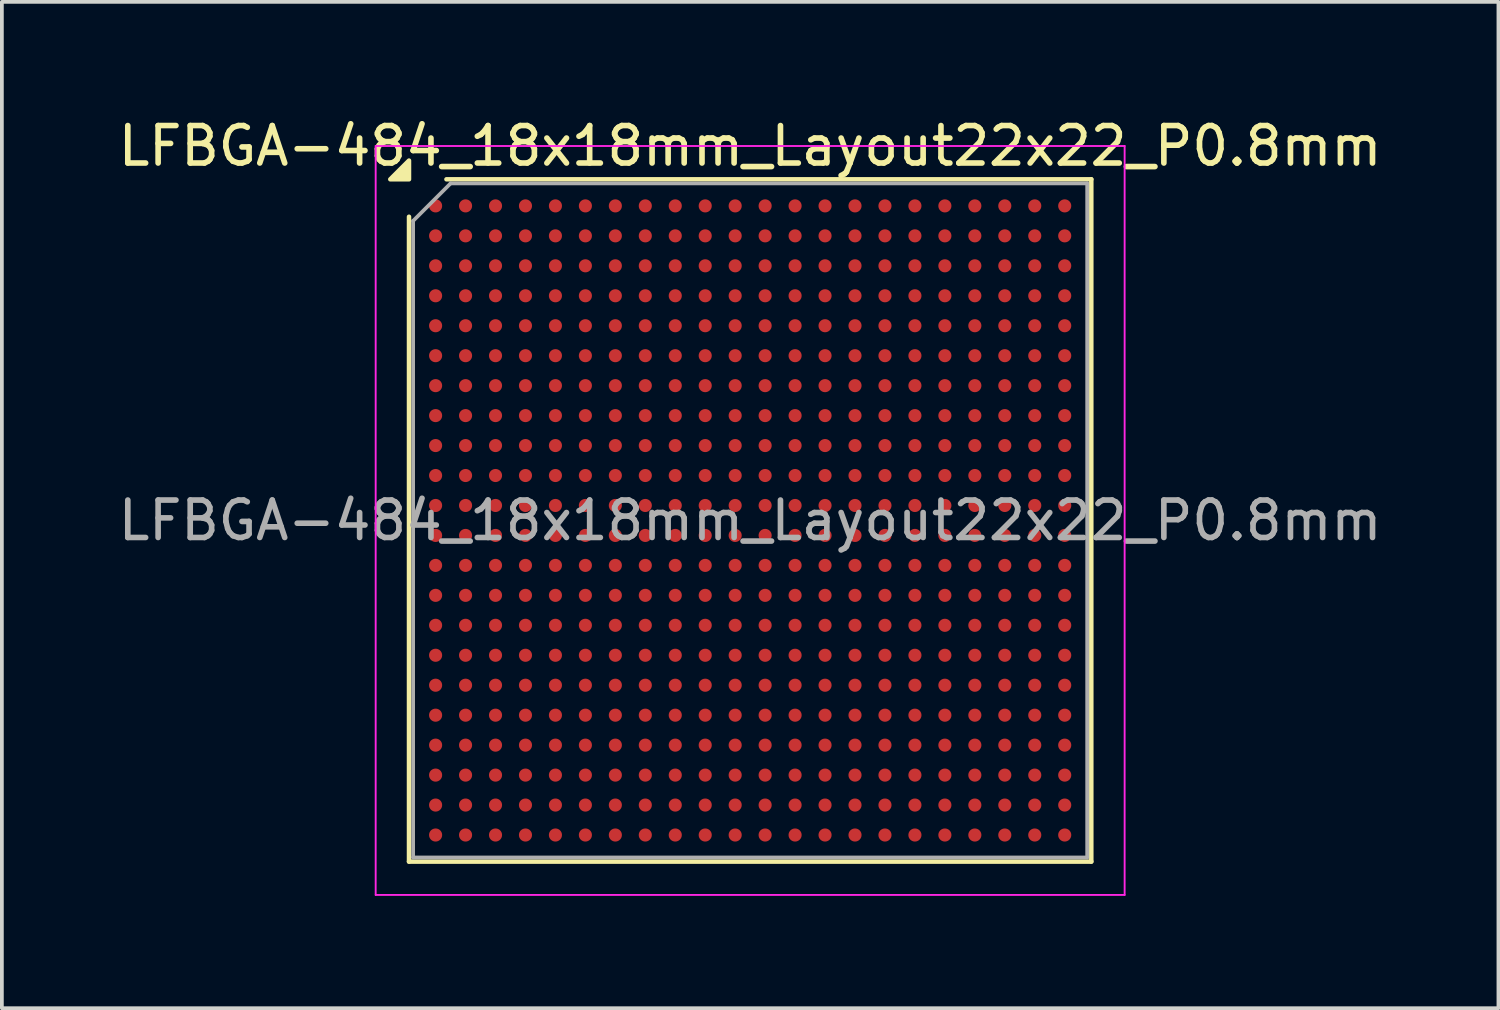
<source format=kicad_pcb>
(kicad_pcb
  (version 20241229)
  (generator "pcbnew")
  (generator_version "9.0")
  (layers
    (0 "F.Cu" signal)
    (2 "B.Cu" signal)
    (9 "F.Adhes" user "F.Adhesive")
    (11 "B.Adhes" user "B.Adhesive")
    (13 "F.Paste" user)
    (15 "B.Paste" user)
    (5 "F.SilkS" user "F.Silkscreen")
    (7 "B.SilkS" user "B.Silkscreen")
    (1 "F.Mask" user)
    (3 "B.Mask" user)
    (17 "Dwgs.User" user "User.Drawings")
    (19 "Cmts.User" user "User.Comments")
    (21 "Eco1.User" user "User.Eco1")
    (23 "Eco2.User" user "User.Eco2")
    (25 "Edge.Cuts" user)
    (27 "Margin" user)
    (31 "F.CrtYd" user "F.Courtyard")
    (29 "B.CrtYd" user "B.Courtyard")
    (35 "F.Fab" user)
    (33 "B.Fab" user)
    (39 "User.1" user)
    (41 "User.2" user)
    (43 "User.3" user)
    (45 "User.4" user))
  (footprint "LFBGA-484_18x18mm_Layout22x22_P0.8mm"
    (layer "F.Cu")
    (at 16.982 10.848)
    (property "Reference" "LFBGA-484_18x18mm_Layout22x22_P0.8mm" (at 0 -10 0) (layer "F.SilkS") (effects (font (size 1 1) (thickness 0.15))))
    (attr smd)
    (fp_line (start -9.11 9.11) (end -9.11 -8.11) (stroke (width 0.12) (type solid)) (layer "F.SilkS"))
    (fp_line (start -8.11 -9.11) (end 9.11 -9.11) (stroke (width 0.12) (type solid)) (layer "F.SilkS"))
    (fp_line (start 9.11 -9.11) (end 9.11 9.11) (stroke (width 0.12) (type solid)) (layer "F.SilkS"))
    (fp_line (start 9.11 9.11) (end -9.11 9.11) (stroke (width 0.12) (type solid)) (layer "F.SilkS"))
    (fp_poly (pts (xy -9.11 -9.11) (xy -9.61 -9.11) (xy -9.11 -9.61) (xy -9.11 -9.11)) (stroke (width 0.12) (type solid)) (fill yes) (layer "F.SilkS"))
    (fp_line (start -10 -10) (end -10 10) (stroke (width 0.05) (type solid)) (layer "F.CrtYd"))
    (fp_line (start -10 10) (end 10 10) (stroke (width 0.05) (type solid)) (layer "F.CrtYd"))
    (fp_line (start 10 -10) (end -10 -10) (stroke (width 0.05) (type solid)) (layer "F.CrtYd"))
    (fp_line (start 10 10) (end 10 -10) (stroke (width 0.05) (type solid)) (layer "F.CrtYd"))
    (fp_line (start -9 -8) (end -8 -9) (stroke (width 0.1) (type solid)) (layer "F.Fab"))
    (fp_line (start -9 9) (end -9 -8) (stroke (width 0.1) (type solid)) (layer "F.Fab"))
    (fp_line (start -8 -9) (end 9 -9) (stroke (width 0.1) (type solid)) (layer "F.Fab"))
    (fp_line (start 9 -9) (end 9 9) (stroke (width 0.1) (type solid)) (layer "F.Fab"))
    (fp_line (start 9 9) (end -9 9) (stroke (width 0.1) (type solid)) (layer "F.Fab"))
    (fp_text user "${REFERENCE}" (at 0 0 0) (layer "F.Fab") (effects (font (size 1 1) (thickness 0.15))))
    (pad "A1" smd circle (at -8.4 -8.4) (size 0.35 0.35) (property pad_prop_bga) (layers "F.Cu" "F.Mask" "F.Paste"))
    (pad "A2" smd circle (at -7.6 -8.4) (size 0.35 0.35) (property pad_prop_bga) (layers "F.Cu" "F.Mask" "F.Paste"))
    (pad "A3" smd circle (at -6.8 -8.4) (size 0.35 0.35) (property pad_prop_bga) (layers "F.Cu" "F.Mask" "F.Paste"))
    (pad "A4" smd circle (at -6 -8.4) (size 0.35 0.35) (property pad_prop_bga) (layers "F.Cu" "F.Mask" "F.Paste"))
    (pad "A5" smd circle (at -5.2 -8.4) (size 0.35 0.35) (property pad_prop_bga) (layers "F.Cu" "F.Mask" "F.Paste"))
    (pad "A6" smd circle (at -4.4 -8.4) (size 0.35 0.35) (property pad_prop_bga) (layers "F.Cu" "F.Mask" "F.Paste"))
    (pad "A7" smd circle (at -3.6 -8.4) (size 0.35 0.35) (property pad_prop_bga) (layers "F.Cu" "F.Mask" "F.Paste"))
    (pad "A8" smd circle (at -2.8 -8.4) (size 0.35 0.35) (property pad_prop_bga) (layers "F.Cu" "F.Mask" "F.Paste"))
    (pad "A9" smd circle (at -2 -8.4) (size 0.35 0.35) (property pad_prop_bga) (layers "F.Cu" "F.Mask" "F.Paste"))
    (pad "A10" smd circle (at -1.2 -8.4) (size 0.35 0.35) (property pad_prop_bga) (layers "F.Cu" "F.Mask" "F.Paste"))
    (pad "A11" smd circle (at -0.4 -8.4) (size 0.35 0.35) (property pad_prop_bga) (layers "F.Cu" "F.Mask" "F.Paste"))
    (pad "A12" smd circle (at 0.4 -8.4) (size 0.35 0.35) (property pad_prop_bga) (layers "F.Cu" "F.Mask" "F.Paste"))
    (pad "A13" smd circle (at 1.2 -8.4) (size 0.35 0.35) (property pad_prop_bga) (layers "F.Cu" "F.Mask" "F.Paste"))
    (pad "A14" smd circle (at 2 -8.4) (size 0.35 0.35) (property pad_prop_bga) (layers "F.Cu" "F.Mask" "F.Paste"))
    (pad "A15" smd circle (at 2.8 -8.4) (size 0.35 0.35) (property pad_prop_bga) (layers "F.Cu" "F.Mask" "F.Paste"))
    (pad "A16" smd circle (at 3.6 -8.4) (size 0.35 0.35) (property pad_prop_bga) (layers "F.Cu" "F.Mask" "F.Paste"))
    (pad "A17" smd circle (at 4.4 -8.4) (size 0.35 0.35) (property pad_prop_bga) (layers "F.Cu" "F.Mask" "F.Paste"))
    (pad "A18" smd circle (at 5.2 -8.4) (size 0.35 0.35) (property pad_prop_bga) (layers "F.Cu" "F.Mask" "F.Paste"))
    (pad "A19" smd circle (at 6 -8.4) (size 0.35 0.35) (property pad_prop_bga) (layers "F.Cu" "F.Mask" "F.Paste"))
    (pad "A20" smd circle (at 6.8 -8.4) (size 0.35 0.35) (property pad_prop_bga) (layers "F.Cu" "F.Mask" "F.Paste"))
    (pad "A21" smd circle (at 7.6 -8.4) (size 0.35 0.35) (property pad_prop_bga) (layers "F.Cu" "F.Mask" "F.Paste"))
    (pad "A22" smd circle (at 8.4 -8.4) (size 0.35 0.35) (property pad_prop_bga) (layers "F.Cu" "F.Mask" "F.Paste"))
    (pad "AA1" smd circle (at -8.4 7.6) (size 0.35 0.35) (property pad_prop_bga) (layers "F.Cu" "F.Mask" "F.Paste"))
    (pad "AA2" smd circle (at -7.6 7.6) (size 0.35 0.35) (property pad_prop_bga) (layers "F.Cu" "F.Mask" "F.Paste"))
    (pad "AA3" smd circle (at -6.8 7.6) (size 0.35 0.35) (property pad_prop_bga) (layers "F.Cu" "F.Mask" "F.Paste"))
    (pad "AA4" smd circle (at -6 7.6) (size 0.35 0.35) (property pad_prop_bga) (layers "F.Cu" "F.Mask" "F.Paste"))
    (pad "AA5" smd circle (at -5.2 7.6) (size 0.35 0.35) (property pad_prop_bga) (layers "F.Cu" "F.Mask" "F.Paste"))
    (pad "AA6" smd circle (at -4.4 7.6) (size 0.35 0.35) (property pad_prop_bga) (layers "F.Cu" "F.Mask" "F.Paste"))
    (pad "AA7" smd circle (at -3.6 7.6) (size 0.35 0.35) (property pad_prop_bga) (layers "F.Cu" "F.Mask" "F.Paste"))
    (pad "AA8" smd circle (at -2.8 7.6) (size 0.35 0.35) (property pad_prop_bga) (layers "F.Cu" "F.Mask" "F.Paste"))
    (pad "AA9" smd circle (at -2 7.6) (size 0.35 0.35) (property pad_prop_bga) (layers "F.Cu" "F.Mask" "F.Paste"))
    (pad "AA10" smd circle (at -1.2 7.6) (size 0.35 0.35) (property pad_prop_bga) (layers "F.Cu" "F.Mask" "F.Paste"))
    (pad "AA11" smd circle (at -0.4 7.6) (size 0.35 0.35) (property pad_prop_bga) (layers "F.Cu" "F.Mask" "F.Paste"))
    (pad "AA12" smd circle (at 0.4 7.6) (size 0.35 0.35) (property pad_prop_bga) (layers "F.Cu" "F.Mask" "F.Paste"))
    (pad "AA13" smd circle (at 1.2 7.6) (size 0.35 0.35) (property pad_prop_bga) (layers "F.Cu" "F.Mask" "F.Paste"))
    (pad "AA14" smd circle (at 2 7.6) (size 0.35 0.35) (property pad_prop_bga) (layers "F.Cu" "F.Mask" "F.Paste"))
    (pad "AA15" smd circle (at 2.8 7.6) (size 0.35 0.35) (property pad_prop_bga) (layers "F.Cu" "F.Mask" "F.Paste"))
    (pad "AA16" smd circle (at 3.6 7.6) (size 0.35 0.35) (property pad_prop_bga) (layers "F.Cu" "F.Mask" "F.Paste"))
    (pad "AA17" smd circle (at 4.4 7.6) (size 0.35 0.35) (property pad_prop_bga) (layers "F.Cu" "F.Mask" "F.Paste"))
    (pad "AA18" smd circle (at 5.2 7.6) (size 0.35 0.35) (property pad_prop_bga) (layers "F.Cu" "F.Mask" "F.Paste"))
    (pad "AA19" smd circle (at 6 7.6) (size 0.35 0.35) (property pad_prop_bga) (layers "F.Cu" "F.Mask" "F.Paste"))
    (pad "AA20" smd circle (at 6.8 7.6) (size 0.35 0.35) (property pad_prop_bga) (layers "F.Cu" "F.Mask" "F.Paste"))
    (pad "AA21" smd circle (at 7.6 7.6) (size 0.35 0.35) (property pad_prop_bga) (layers "F.Cu" "F.Mask" "F.Paste"))
    (pad "AA22" smd circle (at 8.4 7.6) (size 0.35 0.35) (property pad_prop_bga) (layers "F.Cu" "F.Mask" "F.Paste"))
    (pad "AB1" smd circle (at -8.4 8.4) (size 0.35 0.35) (property pad_prop_bga) (layers "F.Cu" "F.Mask" "F.Paste"))
    (pad "AB2" smd circle (at -7.6 8.4) (size 0.35 0.35) (property pad_prop_bga) (layers "F.Cu" "F.Mask" "F.Paste"))
    (pad "AB3" smd circle (at -6.8 8.4) (size 0.35 0.35) (property pad_prop_bga) (layers "F.Cu" "F.Mask" "F.Paste"))
    (pad "AB4" smd circle (at -6 8.4) (size 0.35 0.35) (property pad_prop_bga) (layers "F.Cu" "F.Mask" "F.Paste"))
    (pad "AB5" smd circle (at -5.2 8.4) (size 0.35 0.35) (property pad_prop_bga) (layers "F.Cu" "F.Mask" "F.Paste"))
    (pad "AB6" smd circle (at -4.4 8.4) (size 0.35 0.35) (property pad_prop_bga) (layers "F.Cu" "F.Mask" "F.Paste"))
    (pad "AB7" smd circle (at -3.6 8.4) (size 0.35 0.35) (property pad_prop_bga) (layers "F.Cu" "F.Mask" "F.Paste"))
    (pad "AB8" smd circle (at -2.8 8.4) (size 0.35 0.35) (property pad_prop_bga) (layers "F.Cu" "F.Mask" "F.Paste"))
    (pad "AB9" smd circle (at -2 8.4) (size 0.35 0.35) (property pad_prop_bga) (layers "F.Cu" "F.Mask" "F.Paste"))
    (pad "AB10" smd circle (at -1.2 8.4) (size 0.35 0.35) (property pad_prop_bga) (layers "F.Cu" "F.Mask" "F.Paste"))
    (pad "AB11" smd circle (at -0.4 8.4) (size 0.35 0.35) (property pad_prop_bga) (layers "F.Cu" "F.Mask" "F.Paste"))
    (pad "AB12" smd circle (at 0.4 8.4) (size 0.35 0.35) (property pad_prop_bga) (layers "F.Cu" "F.Mask" "F.Paste"))
    (pad "AB13" smd circle (at 1.2 8.4) (size 0.35 0.35) (property pad_prop_bga) (layers "F.Cu" "F.Mask" "F.Paste"))
    (pad "AB14" smd circle (at 2 8.4) (size 0.35 0.35) (property pad_prop_bga) (layers "F.Cu" "F.Mask" "F.Paste"))
    (pad "AB15" smd circle (at 2.8 8.4) (size 0.35 0.35) (property pad_prop_bga) (layers "F.Cu" "F.Mask" "F.Paste"))
    (pad "AB16" smd circle (at 3.6 8.4) (size 0.35 0.35) (property pad_prop_bga) (layers "F.Cu" "F.Mask" "F.Paste"))
    (pad "AB17" smd circle (at 4.4 8.4) (size 0.35 0.35) (property pad_prop_bga) (layers "F.Cu" "F.Mask" "F.Paste"))
    (pad "AB18" smd circle (at 5.2 8.4) (size 0.35 0.35) (property pad_prop_bga) (layers "F.Cu" "F.Mask" "F.Paste"))
    (pad "AB19" smd circle (at 6 8.4) (size 0.35 0.35) (property pad_prop_bga) (layers "F.Cu" "F.Mask" "F.Paste"))
    (pad "AB20" smd circle (at 6.8 8.4) (size 0.35 0.35) (property pad_prop_bga) (layers "F.Cu" "F.Mask" "F.Paste"))
    (pad "AB21" smd circle (at 7.6 8.4) (size 0.35 0.35) (property pad_prop_bga) (layers "F.Cu" "F.Mask" "F.Paste"))
    (pad "AB22" smd circle (at 8.4 8.4) (size 0.35 0.35) (property pad_prop_bga) (layers "F.Cu" "F.Mask" "F.Paste"))
    (pad "B1" smd circle (at -8.4 -7.6) (size 0.35 0.35) (property pad_prop_bga) (layers "F.Cu" "F.Mask" "F.Paste"))
    (pad "B2" smd circle (at -7.6 -7.6) (size 0.35 0.35) (property pad_prop_bga) (layers "F.Cu" "F.Mask" "F.Paste"))
    (pad "B3" smd circle (at -6.8 -7.6) (size 0.35 0.35) (property pad_prop_bga) (layers "F.Cu" "F.Mask" "F.Paste"))
    (pad "B4" smd circle (at -6 -7.6) (size 0.35 0.35) (property pad_prop_bga) (layers "F.Cu" "F.Mask" "F.Paste"))
    (pad "B5" smd circle (at -5.2 -7.6) (size 0.35 0.35) (property pad_prop_bga) (layers "F.Cu" "F.Mask" "F.Paste"))
    (pad "B6" smd circle (at -4.4 -7.6) (size 0.35 0.35) (property pad_prop_bga) (layers "F.Cu" "F.Mask" "F.Paste"))
    (pad "B7" smd circle (at -3.6 -7.6) (size 0.35 0.35) (property pad_prop_bga) (layers "F.Cu" "F.Mask" "F.Paste"))
    (pad "B8" smd circle (at -2.8 -7.6) (size 0.35 0.35) (property pad_prop_bga) (layers "F.Cu" "F.Mask" "F.Paste"))
    (pad "B9" smd circle (at -2 -7.6) (size 0.35 0.35) (property pad_prop_bga) (layers "F.Cu" "F.Mask" "F.Paste"))
    (pad "B10" smd circle (at -1.2 -7.6) (size 0.35 0.35) (property pad_prop_bga) (layers "F.Cu" "F.Mask" "F.Paste"))
    (pad "B11" smd circle (at -0.4 -7.6) (size 0.35 0.35) (property pad_prop_bga) (layers "F.Cu" "F.Mask" "F.Paste"))
    (pad "B12" smd circle (at 0.4 -7.6) (size 0.35 0.35) (property pad_prop_bga) (layers "F.Cu" "F.Mask" "F.Paste"))
    (pad "B13" smd circle (at 1.2 -7.6) (size 0.35 0.35) (property pad_prop_bga) (layers "F.Cu" "F.Mask" "F.Paste"))
    (pad "B14" smd circle (at 2 -7.6) (size 0.35 0.35) (property pad_prop_bga) (layers "F.Cu" "F.Mask" "F.Paste"))
    (pad "B15" smd circle (at 2.8 -7.6) (size 0.35 0.35) (property pad_prop_bga) (layers "F.Cu" "F.Mask" "F.Paste"))
    (pad "B16" smd circle (at 3.6 -7.6) (size 0.35 0.35) (property pad_prop_bga) (layers "F.Cu" "F.Mask" "F.Paste"))
    (pad "B17" smd circle (at 4.4 -7.6) (size 0.35 0.35) (property pad_prop_bga) (layers "F.Cu" "F.Mask" "F.Paste"))
    (pad "B18" smd circle (at 5.2 -7.6) (size 0.35 0.35) (property pad_prop_bga) (layers "F.Cu" "F.Mask" "F.Paste"))
    (pad "B19" smd circle (at 6 -7.6) (size 0.35 0.35) (property pad_prop_bga) (layers "F.Cu" "F.Mask" "F.Paste"))
    (pad "B20" smd circle (at 6.8 -7.6) (size 0.35 0.35) (property pad_prop_bga) (layers "F.Cu" "F.Mask" "F.Paste"))
    (pad "B21" smd circle (at 7.6 -7.6) (size 0.35 0.35) (property pad_prop_bga) (layers "F.Cu" "F.Mask" "F.Paste"))
    (pad "B22" smd circle (at 8.4 -7.6) (size 0.35 0.35) (property pad_prop_bga) (layers "F.Cu" "F.Mask" "F.Paste"))
    (pad "C1" smd circle (at -8.4 -6.8) (size 0.35 0.35) (property pad_prop_bga) (layers "F.Cu" "F.Mask" "F.Paste"))
    (pad "C2" smd circle (at -7.6 -6.8) (size 0.35 0.35) (property pad_prop_bga) (layers "F.Cu" "F.Mask" "F.Paste"))
    (pad "C3" smd circle (at -6.8 -6.8) (size 0.35 0.35) (property pad_prop_bga) (layers "F.Cu" "F.Mask" "F.Paste"))
    (pad "C4" smd circle (at -6 -6.8) (size 0.35 0.35) (property pad_prop_bga) (layers "F.Cu" "F.Mask" "F.Paste"))
    (pad "C5" smd circle (at -5.2 -6.8) (size 0.35 0.35) (property pad_prop_bga) (layers "F.Cu" "F.Mask" "F.Paste"))
    (pad "C6" smd circle (at -4.4 -6.8) (size 0.35 0.35) (property pad_prop_bga) (layers "F.Cu" "F.Mask" "F.Paste"))
    (pad "C7" smd circle (at -3.6 -6.8) (size 0.35 0.35) (property pad_prop_bga) (layers "F.Cu" "F.Mask" "F.Paste"))
    (pad "C8" smd circle (at -2.8 -6.8) (size 0.35 0.35) (property pad_prop_bga) (layers "F.Cu" "F.Mask" "F.Paste"))
    (pad "C9" smd circle (at -2 -6.8) (size 0.35 0.35) (property pad_prop_bga) (layers "F.Cu" "F.Mask" "F.Paste"))
    (pad "C10" smd circle (at -1.2 -6.8) (size 0.35 0.35) (property pad_prop_bga) (layers "F.Cu" "F.Mask" "F.Paste"))
    (pad "C11" smd circle (at -0.4 -6.8) (size 0.35 0.35) (property pad_prop_bga) (layers "F.Cu" "F.Mask" "F.Paste"))
    (pad "C12" smd circle (at 0.4 -6.8) (size 0.35 0.35) (property pad_prop_bga) (layers "F.Cu" "F.Mask" "F.Paste"))
    (pad "C13" smd circle (at 1.2 -6.8) (size 0.35 0.35) (property pad_prop_bga) (layers "F.Cu" "F.Mask" "F.Paste"))
    (pad "C14" smd circle (at 2 -6.8) (size 0.35 0.35) (property pad_prop_bga) (layers "F.Cu" "F.Mask" "F.Paste"))
    (pad "C15" smd circle (at 2.8 -6.8) (size 0.35 0.35) (property pad_prop_bga) (layers "F.Cu" "F.Mask" "F.Paste"))
    (pad "C16" smd circle (at 3.6 -6.8) (size 0.35 0.35) (property pad_prop_bga) (layers "F.Cu" "F.Mask" "F.Paste"))
    (pad "C17" smd circle (at 4.4 -6.8) (size 0.35 0.35) (property pad_prop_bga) (layers "F.Cu" "F.Mask" "F.Paste"))
    (pad "C18" smd circle (at 5.2 -6.8) (size 0.35 0.35) (property pad_prop_bga) (layers "F.Cu" "F.Mask" "F.Paste"))
    (pad "C19" smd circle (at 6 -6.8) (size 0.35 0.35) (property pad_prop_bga) (layers "F.Cu" "F.Mask" "F.Paste"))
    (pad "C20" smd circle (at 6.8 -6.8) (size 0.35 0.35) (property pad_prop_bga) (layers "F.Cu" "F.Mask" "F.Paste"))
    (pad "C21" smd circle (at 7.6 -6.8) (size 0.35 0.35) (property pad_prop_bga) (layers "F.Cu" "F.Mask" "F.Paste"))
    (pad "C22" smd circle (at 8.4 -6.8) (size 0.35 0.35) (property pad_prop_bga) (layers "F.Cu" "F.Mask" "F.Paste"))
    (pad "D1" smd circle (at -8.4 -6) (size 0.35 0.35) (property pad_prop_bga) (layers "F.Cu" "F.Mask" "F.Paste"))
    (pad "D2" smd circle (at -7.6 -6) (size 0.35 0.35) (property pad_prop_bga) (layers "F.Cu" "F.Mask" "F.Paste"))
    (pad "D3" smd circle (at -6.8 -6) (size 0.35 0.35) (property pad_prop_bga) (layers "F.Cu" "F.Mask" "F.Paste"))
    (pad "D4" smd circle (at -6 -6) (size 0.35 0.35) (property pad_prop_bga) (layers "F.Cu" "F.Mask" "F.Paste"))
    (pad "D5" smd circle (at -5.2 -6) (size 0.35 0.35) (property pad_prop_bga) (layers "F.Cu" "F.Mask" "F.Paste"))
    (pad "D6" smd circle (at -4.4 -6) (size 0.35 0.35) (property pad_prop_bga) (layers "F.Cu" "F.Mask" "F.Paste"))
    (pad "D7" smd circle (at -3.6 -6) (size 0.35 0.35) (property pad_prop_bga) (layers "F.Cu" "F.Mask" "F.Paste"))
    (pad "D8" smd circle (at -2.8 -6) (size 0.35 0.35) (property pad_prop_bga) (layers "F.Cu" "F.Mask" "F.Paste"))
    (pad "D9" smd circle (at -2 -6) (size 0.35 0.35) (property pad_prop_bga) (layers "F.Cu" "F.Mask" "F.Paste"))
    (pad "D10" smd circle (at -1.2 -6) (size 0.35 0.35) (property pad_prop_bga) (layers "F.Cu" "F.Mask" "F.Paste"))
    (pad "D11" smd circle (at -0.4 -6) (size 0.35 0.35) (property pad_prop_bga) (layers "F.Cu" "F.Mask" "F.Paste"))
    (pad "D12" smd circle (at 0.4 -6) (size 0.35 0.35) (property pad_prop_bga) (layers "F.Cu" "F.Mask" "F.Paste"))
    (pad "D13" smd circle (at 1.2 -6) (size 0.35 0.35) (property pad_prop_bga) (layers "F.Cu" "F.Mask" "F.Paste"))
    (pad "D14" smd circle (at 2 -6) (size 0.35 0.35) (property pad_prop_bga) (layers "F.Cu" "F.Mask" "F.Paste"))
    (pad "D15" smd circle (at 2.8 -6) (size 0.35 0.35) (property pad_prop_bga) (layers "F.Cu" "F.Mask" "F.Paste"))
    (pad "D16" smd circle (at 3.6 -6) (size 0.35 0.35) (property pad_prop_bga) (layers "F.Cu" "F.Mask" "F.Paste"))
    (pad "D17" smd circle (at 4.4 -6) (size 0.35 0.35) (property pad_prop_bga) (layers "F.Cu" "F.Mask" "F.Paste"))
    (pad "D18" smd circle (at 5.2 -6) (size 0.35 0.35) (property pad_prop_bga) (layers "F.Cu" "F.Mask" "F.Paste"))
    (pad "D19" smd circle (at 6 -6) (size 0.35 0.35) (property pad_prop_bga) (layers "F.Cu" "F.Mask" "F.Paste"))
    (pad "D20" smd circle (at 6.8 -6) (size 0.35 0.35) (property pad_prop_bga) (layers "F.Cu" "F.Mask" "F.Paste"))
    (pad "D21" smd circle (at 7.6 -6) (size 0.35 0.35) (property pad_prop_bga) (layers "F.Cu" "F.Mask" "F.Paste"))
    (pad "D22" smd circle (at 8.4 -6) (size 0.35 0.35) (property pad_prop_bga) (layers "F.Cu" "F.Mask" "F.Paste"))
    (pad "E1" smd circle (at -8.4 -5.2) (size 0.35 0.35) (property pad_prop_bga) (layers "F.Cu" "F.Mask" "F.Paste"))
    (pad "E2" smd circle (at -7.6 -5.2) (size 0.35 0.35) (property pad_prop_bga) (layers "F.Cu" "F.Mask" "F.Paste"))
    (pad "E3" smd circle (at -6.8 -5.2) (size 0.35 0.35) (property pad_prop_bga) (layers "F.Cu" "F.Mask" "F.Paste"))
    (pad "E4" smd circle (at -6 -5.2) (size 0.35 0.35) (property pad_prop_bga) (layers "F.Cu" "F.Mask" "F.Paste"))
    (pad "E5" smd circle (at -5.2 -5.2) (size 0.35 0.35) (property pad_prop_bga) (layers "F.Cu" "F.Mask" "F.Paste"))
    (pad "E6" smd circle (at -4.4 -5.2) (size 0.35 0.35) (property pad_prop_bga) (layers "F.Cu" "F.Mask" "F.Paste"))
    (pad "E7" smd circle (at -3.6 -5.2) (size 0.35 0.35) (property pad_prop_bga) (layers "F.Cu" "F.Mask" "F.Paste"))
    (pad "E8" smd circle (at -2.8 -5.2) (size 0.35 0.35) (property pad_prop_bga) (layers "F.Cu" "F.Mask" "F.Paste"))
    (pad "E9" smd circle (at -2 -5.2) (size 0.35 0.35) (property pad_prop_bga) (layers "F.Cu" "F.Mask" "F.Paste"))
    (pad "E10" smd circle (at -1.2 -5.2) (size 0.35 0.35) (property pad_prop_bga) (layers "F.Cu" "F.Mask" "F.Paste"))
    (pad "E11" smd circle (at -0.4 -5.2) (size 0.35 0.35) (property pad_prop_bga) (layers "F.Cu" "F.Mask" "F.Paste"))
    (pad "E12" smd circle (at 0.4 -5.2) (size 0.35 0.35) (property pad_prop_bga) (layers "F.Cu" "F.Mask" "F.Paste"))
    (pad "E13" smd circle (at 1.2 -5.2) (size 0.35 0.35) (property pad_prop_bga) (layers "F.Cu" "F.Mask" "F.Paste"))
    (pad "E14" smd circle (at 2 -5.2) (size 0.35 0.35) (property pad_prop_bga) (layers "F.Cu" "F.Mask" "F.Paste"))
    (pad "E15" smd circle (at 2.8 -5.2) (size 0.35 0.35) (property pad_prop_bga) (layers "F.Cu" "F.Mask" "F.Paste"))
    (pad "E16" smd circle (at 3.6 -5.2) (size 0.35 0.35) (property pad_prop_bga) (layers "F.Cu" "F.Mask" "F.Paste"))
    (pad "E17" smd circle (at 4.4 -5.2) (size 0.35 0.35) (property pad_prop_bga) (layers "F.Cu" "F.Mask" "F.Paste"))
    (pad "E18" smd circle (at 5.2 -5.2) (size 0.35 0.35) (property pad_prop_bga) (layers "F.Cu" "F.Mask" "F.Paste"))
    (pad "E19" smd circle (at 6 -5.2) (size 0.35 0.35) (property pad_prop_bga) (layers "F.Cu" "F.Mask" "F.Paste"))
    (pad "E20" smd circle (at 6.8 -5.2) (size 0.35 0.35) (property pad_prop_bga) (layers "F.Cu" "F.Mask" "F.Paste"))
    (pad "E21" smd circle (at 7.6 -5.2) (size 0.35 0.35) (property pad_prop_bga) (layers "F.Cu" "F.Mask" "F.Paste"))
    (pad "E22" smd circle (at 8.4 -5.2) (size 0.35 0.35) (property pad_prop_bga) (layers "F.Cu" "F.Mask" "F.Paste"))
    (pad "F1" smd circle (at -8.4 -4.4) (size 0.35 0.35) (property pad_prop_bga) (layers "F.Cu" "F.Mask" "F.Paste"))
    (pad "F2" smd circle (at -7.6 -4.4) (size 0.35 0.35) (property pad_prop_bga) (layers "F.Cu" "F.Mask" "F.Paste"))
    (pad "F3" smd circle (at -6.8 -4.4) (size 0.35 0.35) (property pad_prop_bga) (layers "F.Cu" "F.Mask" "F.Paste"))
    (pad "F4" smd circle (at -6 -4.4) (size 0.35 0.35) (property pad_prop_bga) (layers "F.Cu" "F.Mask" "F.Paste"))
    (pad "F5" smd circle (at -5.2 -4.4) (size 0.35 0.35) (property pad_prop_bga) (layers "F.Cu" "F.Mask" "F.Paste"))
    (pad "F6" smd circle (at -4.4 -4.4) (size 0.35 0.35) (property pad_prop_bga) (layers "F.Cu" "F.Mask" "F.Paste"))
    (pad "F7" smd circle (at -3.6 -4.4) (size 0.35 0.35) (property pad_prop_bga) (layers "F.Cu" "F.Mask" "F.Paste"))
    (pad "F8" smd circle (at -2.8 -4.4) (size 0.35 0.35) (property pad_prop_bga) (layers "F.Cu" "F.Mask" "F.Paste"))
    (pad "F9" smd circle (at -2 -4.4) (size 0.35 0.35) (property pad_prop_bga) (layers "F.Cu" "F.Mask" "F.Paste"))
    (pad "F10" smd circle (at -1.2 -4.4) (size 0.35 0.35) (property pad_prop_bga) (layers "F.Cu" "F.Mask" "F.Paste"))
    (pad "F11" smd circle (at -0.4 -4.4) (size 0.35 0.35) (property pad_prop_bga) (layers "F.Cu" "F.Mask" "F.Paste"))
    (pad "F12" smd circle (at 0.4 -4.4) (size 0.35 0.35) (property pad_prop_bga) (layers "F.Cu" "F.Mask" "F.Paste"))
    (pad "F13" smd circle (at 1.2 -4.4) (size 0.35 0.35) (property pad_prop_bga) (layers "F.Cu" "F.Mask" "F.Paste"))
    (pad "F14" smd circle (at 2 -4.4) (size 0.35 0.35) (property pad_prop_bga) (layers "F.Cu" "F.Mask" "F.Paste"))
    (pad "F15" smd circle (at 2.8 -4.4) (size 0.35 0.35) (property pad_prop_bga) (layers "F.Cu" "F.Mask" "F.Paste"))
    (pad "F16" smd circle (at 3.6 -4.4) (size 0.35 0.35) (property pad_prop_bga) (layers "F.Cu" "F.Mask" "F.Paste"))
    (pad "F17" smd circle (at 4.4 -4.4) (size 0.35 0.35) (property pad_prop_bga) (layers "F.Cu" "F.Mask" "F.Paste"))
    (pad "F18" smd circle (at 5.2 -4.4) (size 0.35 0.35) (property pad_prop_bga) (layers "F.Cu" "F.Mask" "F.Paste"))
    (pad "F19" smd circle (at 6 -4.4) (size 0.35 0.35) (property pad_prop_bga) (layers "F.Cu" "F.Mask" "F.Paste"))
    (pad "F20" smd circle (at 6.8 -4.4) (size 0.35 0.35) (property pad_prop_bga) (layers "F.Cu" "F.Mask" "F.Paste"))
    (pad "F21" smd circle (at 7.6 -4.4) (size 0.35 0.35) (property pad_prop_bga) (layers "F.Cu" "F.Mask" "F.Paste"))
    (pad "F22" smd circle (at 8.4 -4.4) (size 0.35 0.35) (property pad_prop_bga) (layers "F.Cu" "F.Mask" "F.Paste"))
    (pad "G1" smd circle (at -8.4 -3.6) (size 0.35 0.35) (property pad_prop_bga) (layers "F.Cu" "F.Mask" "F.Paste"))
    (pad "G2" smd circle (at -7.6 -3.6) (size 0.35 0.35) (property pad_prop_bga) (layers "F.Cu" "F.Mask" "F.Paste"))
    (pad "G3" smd circle (at -6.8 -3.6) (size 0.35 0.35) (property pad_prop_bga) (layers "F.Cu" "F.Mask" "F.Paste"))
    (pad "G4" smd circle (at -6 -3.6) (size 0.35 0.35) (property pad_prop_bga) (layers "F.Cu" "F.Mask" "F.Paste"))
    (pad "G5" smd circle (at -5.2 -3.6) (size 0.35 0.35) (property pad_prop_bga) (layers "F.Cu" "F.Mask" "F.Paste"))
    (pad "G6" smd circle (at -4.4 -3.6) (size 0.35 0.35) (property pad_prop_bga) (layers "F.Cu" "F.Mask" "F.Paste"))
    (pad "G7" smd circle (at -3.6 -3.6) (size 0.35 0.35) (property pad_prop_bga) (layers "F.Cu" "F.Mask" "F.Paste"))
    (pad "G8" smd circle (at -2.8 -3.6) (size 0.35 0.35) (property pad_prop_bga) (layers "F.Cu" "F.Mask" "F.Paste"))
    (pad "G9" smd circle (at -2 -3.6) (size 0.35 0.35) (property pad_prop_bga) (layers "F.Cu" "F.Mask" "F.Paste"))
    (pad "G10" smd circle (at -1.2 -3.6) (size 0.35 0.35) (property pad_prop_bga) (layers "F.Cu" "F.Mask" "F.Paste"))
    (pad "G11" smd circle (at -0.4 -3.6) (size 0.35 0.35) (property pad_prop_bga) (layers "F.Cu" "F.Mask" "F.Paste"))
    (pad "G12" smd circle (at 0.4 -3.6) (size 0.35 0.35) (property pad_prop_bga) (layers "F.Cu" "F.Mask" "F.Paste"))
    (pad "G13" smd circle (at 1.2 -3.6) (size 0.35 0.35) (property pad_prop_bga) (layers "F.Cu" "F.Mask" "F.Paste"))
    (pad "G14" smd circle (at 2 -3.6) (size 0.35 0.35) (property pad_prop_bga) (layers "F.Cu" "F.Mask" "F.Paste"))
    (pad "G15" smd circle (at 2.8 -3.6) (size 0.35 0.35) (property pad_prop_bga) (layers "F.Cu" "F.Mask" "F.Paste"))
    (pad "G16" smd circle (at 3.6 -3.6) (size 0.35 0.35) (property pad_prop_bga) (layers "F.Cu" "F.Mask" "F.Paste"))
    (pad "G17" smd circle (at 4.4 -3.6) (size 0.35 0.35) (property pad_prop_bga) (layers "F.Cu" "F.Mask" "F.Paste"))
    (pad "G18" smd circle (at 5.2 -3.6) (size 0.35 0.35) (property pad_prop_bga) (layers "F.Cu" "F.Mask" "F.Paste"))
    (pad "G19" smd circle (at 6 -3.6) (size 0.35 0.35) (property pad_prop_bga) (layers "F.Cu" "F.Mask" "F.Paste"))
    (pad "G20" smd circle (at 6.8 -3.6) (size 0.35 0.35) (property pad_prop_bga) (layers "F.Cu" "F.Mask" "F.Paste"))
    (pad "G21" smd circle (at 7.6 -3.6) (size 0.35 0.35) (property pad_prop_bga) (layers "F.Cu" "F.Mask" "F.Paste"))
    (pad "G22" smd circle (at 8.4 -3.6) (size 0.35 0.35) (property pad_prop_bga) (layers "F.Cu" "F.Mask" "F.Paste"))
    (pad "H1" smd circle (at -8.4 -2.8) (size 0.35 0.35) (property pad_prop_bga) (layers "F.Cu" "F.Mask" "F.Paste"))
    (pad "H2" smd circle (at -7.6 -2.8) (size 0.35 0.35) (property pad_prop_bga) (layers "F.Cu" "F.Mask" "F.Paste"))
    (pad "H3" smd circle (at -6.8 -2.8) (size 0.35 0.35) (property pad_prop_bga) (layers "F.Cu" "F.Mask" "F.Paste"))
    (pad "H4" smd circle (at -6 -2.8) (size 0.35 0.35) (property pad_prop_bga) (layers "F.Cu" "F.Mask" "F.Paste"))
    (pad "H5" smd circle (at -5.2 -2.8) (size 0.35 0.35) (property pad_prop_bga) (layers "F.Cu" "F.Mask" "F.Paste"))
    (pad "H6" smd circle (at -4.4 -2.8) (size 0.35 0.35) (property pad_prop_bga) (layers "F.Cu" "F.Mask" "F.Paste"))
    (pad "H7" smd circle (at -3.6 -2.8) (size 0.35 0.35) (property pad_prop_bga) (layers "F.Cu" "F.Mask" "F.Paste"))
    (pad "H8" smd circle (at -2.8 -2.8) (size 0.35 0.35) (property pad_prop_bga) (layers "F.Cu" "F.Mask" "F.Paste"))
    (pad "H9" smd circle (at -2 -2.8) (size 0.35 0.35) (property pad_prop_bga) (layers "F.Cu" "F.Mask" "F.Paste"))
    (pad "H10" smd circle (at -1.2 -2.8) (size 0.35 0.35) (property pad_prop_bga) (layers "F.Cu" "F.Mask" "F.Paste"))
    (pad "H11" smd circle (at -0.4 -2.8) (size 0.35 0.35) (property pad_prop_bga) (layers "F.Cu" "F.Mask" "F.Paste"))
    (pad "H12" smd circle (at 0.4 -2.8) (size 0.35 0.35) (property pad_prop_bga) (layers "F.Cu" "F.Mask" "F.Paste"))
    (pad "H13" smd circle (at 1.2 -2.8) (size 0.35 0.35) (property pad_prop_bga) (layers "F.Cu" "F.Mask" "F.Paste"))
    (pad "H14" smd circle (at 2 -2.8) (size 0.35 0.35) (property pad_prop_bga) (layers "F.Cu" "F.Mask" "F.Paste"))
    (pad "H15" smd circle (at 2.8 -2.8) (size 0.35 0.35) (property pad_prop_bga) (layers "F.Cu" "F.Mask" "F.Paste"))
    (pad "H16" smd circle (at 3.6 -2.8) (size 0.35 0.35) (property pad_prop_bga) (layers "F.Cu" "F.Mask" "F.Paste"))
    (pad "H17" smd circle (at 4.4 -2.8) (size 0.35 0.35) (property pad_prop_bga) (layers "F.Cu" "F.Mask" "F.Paste"))
    (pad "H18" smd circle (at 5.2 -2.8) (size 0.35 0.35) (property pad_prop_bga) (layers "F.Cu" "F.Mask" "F.Paste"))
    (pad "H19" smd circle (at 6 -2.8) (size 0.35 0.35) (property pad_prop_bga) (layers "F.Cu" "F.Mask" "F.Paste"))
    (pad "H20" smd circle (at 6.8 -2.8) (size 0.35 0.35) (property pad_prop_bga) (layers "F.Cu" "F.Mask" "F.Paste"))
    (pad "H21" smd circle (at 7.6 -2.8) (size 0.35 0.35) (property pad_prop_bga) (layers "F.Cu" "F.Mask" "F.Paste"))
    (pad "H22" smd circle (at 8.4 -2.8) (size 0.35 0.35) (property pad_prop_bga) (layers "F.Cu" "F.Mask" "F.Paste"))
    (pad "J1" smd circle (at -8.4 -2) (size 0.35 0.35) (property pad_prop_bga) (layers "F.Cu" "F.Mask" "F.Paste"))
    (pad "J2" smd circle (at -7.6 -2) (size 0.35 0.35) (property pad_prop_bga) (layers "F.Cu" "F.Mask" "F.Paste"))
    (pad "J3" smd circle (at -6.8 -2) (size 0.35 0.35) (property pad_prop_bga) (layers "F.Cu" "F.Mask" "F.Paste"))
    (pad "J4" smd circle (at -6 -2) (size 0.35 0.35) (property pad_prop_bga) (layers "F.Cu" "F.Mask" "F.Paste"))
    (pad "J5" smd circle (at -5.2 -2) (size 0.35 0.35) (property pad_prop_bga) (layers "F.Cu" "F.Mask" "F.Paste"))
    (pad "J6" smd circle (at -4.4 -2) (size 0.35 0.35) (property pad_prop_bga) (layers "F.Cu" "F.Mask" "F.Paste"))
    (pad "J7" smd circle (at -3.6 -2) (size 0.35 0.35) (property pad_prop_bga) (layers "F.Cu" "F.Mask" "F.Paste"))
    (pad "J8" smd circle (at -2.8 -2) (size 0.35 0.35) (property pad_prop_bga) (layers "F.Cu" "F.Mask" "F.Paste"))
    (pad "J9" smd circle (at -2 -2) (size 0.35 0.35) (property pad_prop_bga) (layers "F.Cu" "F.Mask" "F.Paste"))
    (pad "J10" smd circle (at -1.2 -2) (size 0.35 0.35) (property pad_prop_bga) (layers "F.Cu" "F.Mask" "F.Paste"))
    (pad "J11" smd circle (at -0.4 -2) (size 0.35 0.35) (property pad_prop_bga) (layers "F.Cu" "F.Mask" "F.Paste"))
    (pad "J12" smd circle (at 0.4 -2) (size 0.35 0.35) (property pad_prop_bga) (layers "F.Cu" "F.Mask" "F.Paste"))
    (pad "J13" smd circle (at 1.2 -2) (size 0.35 0.35) (property pad_prop_bga) (layers "F.Cu" "F.Mask" "F.Paste"))
    (pad "J14" smd circle (at 2 -2) (size 0.35 0.35) (property pad_prop_bga) (layers "F.Cu" "F.Mask" "F.Paste"))
    (pad "J15" smd circle (at 2.8 -2) (size 0.35 0.35) (property pad_prop_bga) (layers "F.Cu" "F.Mask" "F.Paste"))
    (pad "J16" smd circle (at 3.6 -2) (size 0.35 0.35) (property pad_prop_bga) (layers "F.Cu" "F.Mask" "F.Paste"))
    (pad "J17" smd circle (at 4.4 -2) (size 0.35 0.35) (property pad_prop_bga) (layers "F.Cu" "F.Mask" "F.Paste"))
    (pad "J18" smd circle (at 5.2 -2) (size 0.35 0.35) (property pad_prop_bga) (layers "F.Cu" "F.Mask" "F.Paste"))
    (pad "J19" smd circle (at 6 -2) (size 0.35 0.35) (property pad_prop_bga) (layers "F.Cu" "F.Mask" "F.Paste"))
    (pad "J20" smd circle (at 6.8 -2) (size 0.35 0.35) (property pad_prop_bga) (layers "F.Cu" "F.Mask" "F.Paste"))
    (pad "J21" smd circle (at 7.6 -2) (size 0.35 0.35) (property pad_prop_bga) (layers "F.Cu" "F.Mask" "F.Paste"))
    (pad "J22" smd circle (at 8.4 -2) (size 0.35 0.35) (property pad_prop_bga) (layers "F.Cu" "F.Mask" "F.Paste"))
    (pad "K1" smd circle (at -8.4 -1.2) (size 0.35 0.35) (property pad_prop_bga) (layers "F.Cu" "F.Mask" "F.Paste"))
    (pad "K2" smd circle (at -7.6 -1.2) (size 0.35 0.35) (property pad_prop_bga) (layers "F.Cu" "F.Mask" "F.Paste"))
    (pad "K3" smd circle (at -6.8 -1.2) (size 0.35 0.35) (property pad_prop_bga) (layers "F.Cu" "F.Mask" "F.Paste"))
    (pad "K4" smd circle (at -6 -1.2) (size 0.35 0.35) (property pad_prop_bga) (layers "F.Cu" "F.Mask" "F.Paste"))
    (pad "K5" smd circle (at -5.2 -1.2) (size 0.35 0.35) (property pad_prop_bga) (layers "F.Cu" "F.Mask" "F.Paste"))
    (pad "K6" smd circle (at -4.4 -1.2) (size 0.35 0.35) (property pad_prop_bga) (layers "F.Cu" "F.Mask" "F.Paste"))
    (pad "K7" smd circle (at -3.6 -1.2) (size 0.35 0.35) (property pad_prop_bga) (layers "F.Cu" "F.Mask" "F.Paste"))
    (pad "K8" smd circle (at -2.8 -1.2) (size 0.35 0.35) (property pad_prop_bga) (layers "F.Cu" "F.Mask" "F.Paste"))
    (pad "K9" smd circle (at -2 -1.2) (size 0.35 0.35) (property pad_prop_bga) (layers "F.Cu" "F.Mask" "F.Paste"))
    (pad "K10" smd circle (at -1.2 -1.2) (size 0.35 0.35) (property pad_prop_bga) (layers "F.Cu" "F.Mask" "F.Paste"))
    (pad "K11" smd circle (at -0.4 -1.2) (size 0.35 0.35) (property pad_prop_bga) (layers "F.Cu" "F.Mask" "F.Paste"))
    (pad "K12" smd circle (at 0.4 -1.2) (size 0.35 0.35) (property pad_prop_bga) (layers "F.Cu" "F.Mask" "F.Paste"))
    (pad "K13" smd circle (at 1.2 -1.2) (size 0.35 0.35) (property pad_prop_bga) (layers "F.Cu" "F.Mask" "F.Paste"))
    (pad "K14" smd circle (at 2 -1.2) (size 0.35 0.35) (property pad_prop_bga) (layers "F.Cu" "F.Mask" "F.Paste"))
    (pad "K15" smd circle (at 2.8 -1.2) (size 0.35 0.35) (property pad_prop_bga) (layers "F.Cu" "F.Mask" "F.Paste"))
    (pad "K16" smd circle (at 3.6 -1.2) (size 0.35 0.35) (property pad_prop_bga) (layers "F.Cu" "F.Mask" "F.Paste"))
    (pad "K17" smd circle (at 4.4 -1.2) (size 0.35 0.35) (property pad_prop_bga) (layers "F.Cu" "F.Mask" "F.Paste"))
    (pad "K18" smd circle (at 5.2 -1.2) (size 0.35 0.35) (property pad_prop_bga) (layers "F.Cu" "F.Mask" "F.Paste"))
    (pad "K19" smd circle (at 6 -1.2) (size 0.35 0.35) (property pad_prop_bga) (layers "F.Cu" "F.Mask" "F.Paste"))
    (pad "K20" smd circle (at 6.8 -1.2) (size 0.35 0.35) (property pad_prop_bga) (layers "F.Cu" "F.Mask" "F.Paste"))
    (pad "K21" smd circle (at 7.6 -1.2) (size 0.35 0.35) (property pad_prop_bga) (layers "F.Cu" "F.Mask" "F.Paste"))
    (pad "K22" smd circle (at 8.4 -1.2) (size 0.35 0.35) (property pad_prop_bga) (layers "F.Cu" "F.Mask" "F.Paste"))
    (pad "L1" smd circle (at -8.4 -0.4) (size 0.35 0.35) (property pad_prop_bga) (layers "F.Cu" "F.Mask" "F.Paste"))
    (pad "L2" smd circle (at -7.6 -0.4) (size 0.35 0.35) (property pad_prop_bga) (layers "F.Cu" "F.Mask" "F.Paste"))
    (pad "L3" smd circle (at -6.8 -0.4) (size 0.35 0.35) (property pad_prop_bga) (layers "F.Cu" "F.Mask" "F.Paste"))
    (pad "L4" smd circle (at -6 -0.4) (size 0.35 0.35) (property pad_prop_bga) (layers "F.Cu" "F.Mask" "F.Paste"))
    (pad "L5" smd circle (at -5.2 -0.4) (size 0.35 0.35) (property pad_prop_bga) (layers "F.Cu" "F.Mask" "F.Paste"))
    (pad "L6" smd circle (at -4.4 -0.4) (size 0.35 0.35) (property pad_prop_bga) (layers "F.Cu" "F.Mask" "F.Paste"))
    (pad "L7" smd circle (at -3.6 -0.4) (size 0.35 0.35) (property pad_prop_bga) (layers "F.Cu" "F.Mask" "F.Paste"))
    (pad "L8" smd circle (at -2.8 -0.4) (size 0.35 0.35) (property pad_prop_bga) (layers "F.Cu" "F.Mask" "F.Paste"))
    (pad "L9" smd circle (at -2 -0.4) (size 0.35 0.35) (property pad_prop_bga) (layers "F.Cu" "F.Mask" "F.Paste"))
    (pad "L10" smd circle (at -1.2 -0.4) (size 0.35 0.35) (property pad_prop_bga) (layers "F.Cu" "F.Mask" "F.Paste"))
    (pad "L11" smd circle (at -0.4 -0.4) (size 0.35 0.35) (property pad_prop_bga) (layers "F.Cu" "F.Mask" "F.Paste"))
    (pad "L12" smd circle (at 0.4 -0.4) (size 0.35 0.35) (property pad_prop_bga) (layers "F.Cu" "F.Mask" "F.Paste"))
    (pad "L13" smd circle (at 1.2 -0.4) (size 0.35 0.35) (property pad_prop_bga) (layers "F.Cu" "F.Mask" "F.Paste"))
    (pad "L14" smd circle (at 2 -0.4) (size 0.35 0.35) (property pad_prop_bga) (layers "F.Cu" "F.Mask" "F.Paste"))
    (pad "L15" smd circle (at 2.8 -0.4) (size 0.35 0.35) (property pad_prop_bga) (layers "F.Cu" "F.Mask" "F.Paste"))
    (pad "L16" smd circle (at 3.6 -0.4) (size 0.35 0.35) (property pad_prop_bga) (layers "F.Cu" "F.Mask" "F.Paste"))
    (pad "L17" smd circle (at 4.4 -0.4) (size 0.35 0.35) (property pad_prop_bga) (layers "F.Cu" "F.Mask" "F.Paste"))
    (pad "L18" smd circle (at 5.2 -0.4) (size 0.35 0.35) (property pad_prop_bga) (layers "F.Cu" "F.Mask" "F.Paste"))
    (pad "L19" smd circle (at 6 -0.4) (size 0.35 0.35) (property pad_prop_bga) (layers "F.Cu" "F.Mask" "F.Paste"))
    (pad "L20" smd circle (at 6.8 -0.4) (size 0.35 0.35) (property pad_prop_bga) (layers "F.Cu" "F.Mask" "F.Paste"))
    (pad "L21" smd circle (at 7.6 -0.4) (size 0.35 0.35) (property pad_prop_bga) (layers "F.Cu" "F.Mask" "F.Paste"))
    (pad "L22" smd circle (at 8.4 -0.4) (size 0.35 0.35) (property pad_prop_bga) (layers "F.Cu" "F.Mask" "F.Paste"))
    (pad "M1" smd circle (at -8.4 0.4) (size 0.35 0.35) (property pad_prop_bga) (layers "F.Cu" "F.Mask" "F.Paste"))
    (pad "M2" smd circle (at -7.6 0.4) (size 0.35 0.35) (property pad_prop_bga) (layers "F.Cu" "F.Mask" "F.Paste"))
    (pad "M3" smd circle (at -6.8 0.4) (size 0.35 0.35) (property pad_prop_bga) (layers "F.Cu" "F.Mask" "F.Paste"))
    (pad "M4" smd circle (at -6 0.4) (size 0.35 0.35) (property pad_prop_bga) (layers "F.Cu" "F.Mask" "F.Paste"))
    (pad "M5" smd circle (at -5.2 0.4) (size 0.35 0.35) (property pad_prop_bga) (layers "F.Cu" "F.Mask" "F.Paste"))
    (pad "M6" smd circle (at -4.4 0.4) (size 0.35 0.35) (property pad_prop_bga) (layers "F.Cu" "F.Mask" "F.Paste"))
    (pad "M7" smd circle (at -3.6 0.4) (size 0.35 0.35) (property pad_prop_bga) (layers "F.Cu" "F.Mask" "F.Paste"))
    (pad "M8" smd circle (at -2.8 0.4) (size 0.35 0.35) (property pad_prop_bga) (layers "F.Cu" "F.Mask" "F.Paste"))
    (pad "M9" smd circle (at -2 0.4) (size 0.35 0.35) (property pad_prop_bga) (layers "F.Cu" "F.Mask" "F.Paste"))
    (pad "M10" smd circle (at -1.2 0.4) (size 0.35 0.35) (property pad_prop_bga) (layers "F.Cu" "F.Mask" "F.Paste"))
    (pad "M11" smd circle (at -0.4 0.4) (size 0.35 0.35) (property pad_prop_bga) (layers "F.Cu" "F.Mask" "F.Paste"))
    (pad "M12" smd circle (at 0.4 0.4) (size 0.35 0.35) (property pad_prop_bga) (layers "F.Cu" "F.Mask" "F.Paste"))
    (pad "M13" smd circle (at 1.2 0.4) (size 0.35 0.35) (property pad_prop_bga) (layers "F.Cu" "F.Mask" "F.Paste"))
    (pad "M14" smd circle (at 2 0.4) (size 0.35 0.35) (property pad_prop_bga) (layers "F.Cu" "F.Mask" "F.Paste"))
    (pad "M15" smd circle (at 2.8 0.4) (size 0.35 0.35) (property pad_prop_bga) (layers "F.Cu" "F.Mask" "F.Paste"))
    (pad "M16" smd circle (at 3.6 0.4) (size 0.35 0.35) (property pad_prop_bga) (layers "F.Cu" "F.Mask" "F.Paste"))
    (pad "M17" smd circle (at 4.4 0.4) (size 0.35 0.35) (property pad_prop_bga) (layers "F.Cu" "F.Mask" "F.Paste"))
    (pad "M18" smd circle (at 5.2 0.4) (size 0.35 0.35) (property pad_prop_bga) (layers "F.Cu" "F.Mask" "F.Paste"))
    (pad "M19" smd circle (at 6 0.4) (size 0.35 0.35) (property pad_prop_bga) (layers "F.Cu" "F.Mask" "F.Paste"))
    (pad "M20" smd circle (at 6.8 0.4) (size 0.35 0.35) (property pad_prop_bga) (layers "F.Cu" "F.Mask" "F.Paste"))
    (pad "M21" smd circle (at 7.6 0.4) (size 0.35 0.35) (property pad_prop_bga) (layers "F.Cu" "F.Mask" "F.Paste"))
    (pad "M22" smd circle (at 8.4 0.4) (size 0.35 0.35) (property pad_prop_bga) (layers "F.Cu" "F.Mask" "F.Paste"))
    (pad "N1" smd circle (at -8.4 1.2) (size 0.35 0.35) (property pad_prop_bga) (layers "F.Cu" "F.Mask" "F.Paste"))
    (pad "N2" smd circle (at -7.6 1.2) (size 0.35 0.35) (property pad_prop_bga) (layers "F.Cu" "F.Mask" "F.Paste"))
    (pad "N3" smd circle (at -6.8 1.2) (size 0.35 0.35) (property pad_prop_bga) (layers "F.Cu" "F.Mask" "F.Paste"))
    (pad "N4" smd circle (at -6 1.2) (size 0.35 0.35) (property pad_prop_bga) (layers "F.Cu" "F.Mask" "F.Paste"))
    (pad "N5" smd circle (at -5.2 1.2) (size 0.35 0.35) (property pad_prop_bga) (layers "F.Cu" "F.Mask" "F.Paste"))
    (pad "N6" smd circle (at -4.4 1.2) (size 0.35 0.35) (property pad_prop_bga) (layers "F.Cu" "F.Mask" "F.Paste"))
    (pad "N7" smd circle (at -3.6 1.2) (size 0.35 0.35) (property pad_prop_bga) (layers "F.Cu" "F.Mask" "F.Paste"))
    (pad "N8" smd circle (at -2.8 1.2) (size 0.35 0.35) (property pad_prop_bga) (layers "F.Cu" "F.Mask" "F.Paste"))
    (pad "N9" smd circle (at -2 1.2) (size 0.35 0.35) (property pad_prop_bga) (layers "F.Cu" "F.Mask" "F.Paste"))
    (pad "N10" smd circle (at -1.2 1.2) (size 0.35 0.35) (property pad_prop_bga) (layers "F.Cu" "F.Mask" "F.Paste"))
    (pad "N11" smd circle (at -0.4 1.2) (size 0.35 0.35) (property pad_prop_bga) (layers "F.Cu" "F.Mask" "F.Paste"))
    (pad "N12" smd circle (at 0.4 1.2) (size 0.35 0.35) (property pad_prop_bga) (layers "F.Cu" "F.Mask" "F.Paste"))
    (pad "N13" smd circle (at 1.2 1.2) (size 0.35 0.35) (property pad_prop_bga) (layers "F.Cu" "F.Mask" "F.Paste"))
    (pad "N14" smd circle (at 2 1.2) (size 0.35 0.35) (property pad_prop_bga) (layers "F.Cu" "F.Mask" "F.Paste"))
    (pad "N15" smd circle (at 2.8 1.2) (size 0.35 0.35) (property pad_prop_bga) (layers "F.Cu" "F.Mask" "F.Paste"))
    (pad "N16" smd circle (at 3.6 1.2) (size 0.35 0.35) (property pad_prop_bga) (layers "F.Cu" "F.Mask" "F.Paste"))
    (pad "N17" smd circle (at 4.4 1.2) (size 0.35 0.35) (property pad_prop_bga) (layers "F.Cu" "F.Mask" "F.Paste"))
    (pad "N18" smd circle (at 5.2 1.2) (size 0.35 0.35) (property pad_prop_bga) (layers "F.Cu" "F.Mask" "F.Paste"))
    (pad "N19" smd circle (at 6 1.2) (size 0.35 0.35) (property pad_prop_bga) (layers "F.Cu" "F.Mask" "F.Paste"))
    (pad "N20" smd circle (at 6.8 1.2) (size 0.35 0.35) (property pad_prop_bga) (layers "F.Cu" "F.Mask" "F.Paste"))
    (pad "N21" smd circle (at 7.6 1.2) (size 0.35 0.35) (property pad_prop_bga) (layers "F.Cu" "F.Mask" "F.Paste"))
    (pad "N22" smd circle (at 8.4 1.2) (size 0.35 0.35) (property pad_prop_bga) (layers "F.Cu" "F.Mask" "F.Paste"))
    (pad "P1" smd circle (at -8.4 2) (size 0.35 0.35) (property pad_prop_bga) (layers "F.Cu" "F.Mask" "F.Paste"))
    (pad "P2" smd circle (at -7.6 2) (size 0.35 0.35) (property pad_prop_bga) (layers "F.Cu" "F.Mask" "F.Paste"))
    (pad "P3" smd circle (at -6.8 2) (size 0.35 0.35) (property pad_prop_bga) (layers "F.Cu" "F.Mask" "F.Paste"))
    (pad "P4" smd circle (at -6 2) (size 0.35 0.35) (property pad_prop_bga) (layers "F.Cu" "F.Mask" "F.Paste"))
    (pad "P5" smd circle (at -5.2 2) (size 0.35 0.35) (property pad_prop_bga) (layers "F.Cu" "F.Mask" "F.Paste"))
    (pad "P6" smd circle (at -4.4 2) (size 0.35 0.35) (property pad_prop_bga) (layers "F.Cu" "F.Mask" "F.Paste"))
    (pad "P7" smd circle (at -3.6 2) (size 0.35 0.35) (property pad_prop_bga) (layers "F.Cu" "F.Mask" "F.Paste"))
    (pad "P8" smd circle (at -2.8 2) (size 0.35 0.35) (property pad_prop_bga) (layers "F.Cu" "F.Mask" "F.Paste"))
    (pad "P9" smd circle (at -2 2) (size 0.35 0.35) (property pad_prop_bga) (layers "F.Cu" "F.Mask" "F.Paste"))
    (pad "P10" smd circle (at -1.2 2) (size 0.35 0.35) (property pad_prop_bga) (layers "F.Cu" "F.Mask" "F.Paste"))
    (pad "P11" smd circle (at -0.4 2) (size 0.35 0.35) (property pad_prop_bga) (layers "F.Cu" "F.Mask" "F.Paste"))
    (pad "P12" smd circle (at 0.4 2) (size 0.35 0.35) (property pad_prop_bga) (layers "F.Cu" "F.Mask" "F.Paste"))
    (pad "P13" smd circle (at 1.2 2) (size 0.35 0.35) (property pad_prop_bga) (layers "F.Cu" "F.Mask" "F.Paste"))
    (pad "P14" smd circle (at 2 2) (size 0.35 0.35) (property pad_prop_bga) (layers "F.Cu" "F.Mask" "F.Paste"))
    (pad "P15" smd circle (at 2.8 2) (size 0.35 0.35) (property pad_prop_bga) (layers "F.Cu" "F.Mask" "F.Paste"))
    (pad "P16" smd circle (at 3.6 2) (size 0.35 0.35) (property pad_prop_bga) (layers "F.Cu" "F.Mask" "F.Paste"))
    (pad "P17" smd circle (at 4.4 2) (size 0.35 0.35) (property pad_prop_bga) (layers "F.Cu" "F.Mask" "F.Paste"))
    (pad "P18" smd circle (at 5.2 2) (size 0.35 0.35) (property pad_prop_bga) (layers "F.Cu" "F.Mask" "F.Paste"))
    (pad "P19" smd circle (at 6 2) (size 0.35 0.35) (property pad_prop_bga) (layers "F.Cu" "F.Mask" "F.Paste"))
    (pad "P20" smd circle (at 6.8 2) (size 0.35 0.35) (property pad_prop_bga) (layers "F.Cu" "F.Mask" "F.Paste"))
    (pad "P21" smd circle (at 7.6 2) (size 0.35 0.35) (property pad_prop_bga) (layers "F.Cu" "F.Mask" "F.Paste"))
    (pad "P22" smd circle (at 8.4 2) (size 0.35 0.35) (property pad_prop_bga) (layers "F.Cu" "F.Mask" "F.Paste"))
    (pad "R1" smd circle (at -8.4 2.8) (size 0.35 0.35) (property pad_prop_bga) (layers "F.Cu" "F.Mask" "F.Paste"))
    (pad "R2" smd circle (at -7.6 2.8) (size 0.35 0.35) (property pad_prop_bga) (layers "F.Cu" "F.Mask" "F.Paste"))
    (pad "R3" smd circle (at -6.8 2.8) (size 0.35 0.35) (property pad_prop_bga) (layers "F.Cu" "F.Mask" "F.Paste"))
    (pad "R4" smd circle (at -6 2.8) (size 0.35 0.35) (property pad_prop_bga) (layers "F.Cu" "F.Mask" "F.Paste"))
    (pad "R5" smd circle (at -5.2 2.8) (size 0.35 0.35) (property pad_prop_bga) (layers "F.Cu" "F.Mask" "F.Paste"))
    (pad "R6" smd circle (at -4.4 2.8) (size 0.35 0.35) (property pad_prop_bga) (layers "F.Cu" "F.Mask" "F.Paste"))
    (pad "R7" smd circle (at -3.6 2.8) (size 0.35 0.35) (property pad_prop_bga) (layers "F.Cu" "F.Mask" "F.Paste"))
    (pad "R8" smd circle (at -2.8 2.8) (size 0.35 0.35) (property pad_prop_bga) (layers "F.Cu" "F.Mask" "F.Paste"))
    (pad "R9" smd circle (at -2 2.8) (size 0.35 0.35) (property pad_prop_bga) (layers "F.Cu" "F.Mask" "F.Paste"))
    (pad "R10" smd circle (at -1.2 2.8) (size 0.35 0.35) (property pad_prop_bga) (layers "F.Cu" "F.Mask" "F.Paste"))
    (pad "R11" smd circle (at -0.4 2.8) (size 0.35 0.35) (property pad_prop_bga) (layers "F.Cu" "F.Mask" "F.Paste"))
    (pad "R12" smd circle (at 0.4 2.8) (size 0.35 0.35) (property pad_prop_bga) (layers "F.Cu" "F.Mask" "F.Paste"))
    (pad "R13" smd circle (at 1.2 2.8) (size 0.35 0.35) (property pad_prop_bga) (layers "F.Cu" "F.Mask" "F.Paste"))
    (pad "R14" smd circle (at 2 2.8) (size 0.35 0.35) (property pad_prop_bga) (layers "F.Cu" "F.Mask" "F.Paste"))
    (pad "R15" smd circle (at 2.8 2.8) (size 0.35 0.35) (property pad_prop_bga) (layers "F.Cu" "F.Mask" "F.Paste"))
    (pad "R16" smd circle (at 3.6 2.8) (size 0.35 0.35) (property pad_prop_bga) (layers "F.Cu" "F.Mask" "F.Paste"))
    (pad "R17" smd circle (at 4.4 2.8) (size 0.35 0.35) (property pad_prop_bga) (layers "F.Cu" "F.Mask" "F.Paste"))
    (pad "R18" smd circle (at 5.2 2.8) (size 0.35 0.35) (property pad_prop_bga) (layers "F.Cu" "F.Mask" "F.Paste"))
    (pad "R19" smd circle (at 6 2.8) (size 0.35 0.35) (property pad_prop_bga) (layers "F.Cu" "F.Mask" "F.Paste"))
    (pad "R20" smd circle (at 6.8 2.8) (size 0.35 0.35) (property pad_prop_bga) (layers "F.Cu" "F.Mask" "F.Paste"))
    (pad "R21" smd circle (at 7.6 2.8) (size 0.35 0.35) (property pad_prop_bga) (layers "F.Cu" "F.Mask" "F.Paste"))
    (pad "R22" smd circle (at 8.4 2.8) (size 0.35 0.35) (property pad_prop_bga) (layers "F.Cu" "F.Mask" "F.Paste"))
    (pad "T1" smd circle (at -8.4 3.6) (size 0.35 0.35) (property pad_prop_bga) (layers "F.Cu" "F.Mask" "F.Paste"))
    (pad "T2" smd circle (at -7.6 3.6) (size 0.35 0.35) (property pad_prop_bga) (layers "F.Cu" "F.Mask" "F.Paste"))
    (pad "T3" smd circle (at -6.8 3.6) (size 0.35 0.35) (property pad_prop_bga) (layers "F.Cu" "F.Mask" "F.Paste"))
    (pad "T4" smd circle (at -6 3.6) (size 0.35 0.35) (property pad_prop_bga) (layers "F.Cu" "F.Mask" "F.Paste"))
    (pad "T5" smd circle (at -5.2 3.6) (size 0.35 0.35) (property pad_prop_bga) (layers "F.Cu" "F.Mask" "F.Paste"))
    (pad "T6" smd circle (at -4.4 3.6) (size 0.35 0.35) (property pad_prop_bga) (layers "F.Cu" "F.Mask" "F.Paste"))
    (pad "T7" smd circle (at -3.6 3.6) (size 0.35 0.35) (property pad_prop_bga) (layers "F.Cu" "F.Mask" "F.Paste"))
    (pad "T8" smd circle (at -2.8 3.6) (size 0.35 0.35) (property pad_prop_bga) (layers "F.Cu" "F.Mask" "F.Paste"))
    (pad "T9" smd circle (at -2 3.6) (size 0.35 0.35) (property pad_prop_bga) (layers "F.Cu" "F.Mask" "F.Paste"))
    (pad "T10" smd circle (at -1.2 3.6) (size 0.35 0.35) (property pad_prop_bga) (layers "F.Cu" "F.Mask" "F.Paste"))
    (pad "T11" smd circle (at -0.4 3.6) (size 0.35 0.35) (property pad_prop_bga) (layers "F.Cu" "F.Mask" "F.Paste"))
    (pad "T12" smd circle (at 0.4 3.6) (size 0.35 0.35) (property pad_prop_bga) (layers "F.Cu" "F.Mask" "F.Paste"))
    (pad "T13" smd circle (at 1.2 3.6) (size 0.35 0.35) (property pad_prop_bga) (layers "F.Cu" "F.Mask" "F.Paste"))
    (pad "T14" smd circle (at 2 3.6) (size 0.35 0.35) (property pad_prop_bga) (layers "F.Cu" "F.Mask" "F.Paste"))
    (pad "T15" smd circle (at 2.8 3.6) (size 0.35 0.35) (property pad_prop_bga) (layers "F.Cu" "F.Mask" "F.Paste"))
    (pad "T16" smd circle (at 3.6 3.6) (size 0.35 0.35) (property pad_prop_bga) (layers "F.Cu" "F.Mask" "F.Paste"))
    (pad "T17" smd circle (at 4.4 3.6) (size 0.35 0.35) (property pad_prop_bga) (layers "F.Cu" "F.Mask" "F.Paste"))
    (pad "T18" smd circle (at 5.2 3.6) (size 0.35 0.35) (property pad_prop_bga) (layers "F.Cu" "F.Mask" "F.Paste"))
    (pad "T19" smd circle (at 6 3.6) (size 0.35 0.35) (property pad_prop_bga) (layers "F.Cu" "F.Mask" "F.Paste"))
    (pad "T20" smd circle (at 6.8 3.6) (size 0.35 0.35) (property pad_prop_bga) (layers "F.Cu" "F.Mask" "F.Paste"))
    (pad "T21" smd circle (at 7.6 3.6) (size 0.35 0.35) (property pad_prop_bga) (layers "F.Cu" "F.Mask" "F.Paste"))
    (pad "T22" smd circle (at 8.4 3.6) (size 0.35 0.35) (property pad_prop_bga) (layers "F.Cu" "F.Mask" "F.Paste"))
    (pad "U1" smd circle (at -8.4 4.4) (size 0.35 0.35) (property pad_prop_bga) (layers "F.Cu" "F.Mask" "F.Paste"))
    (pad "U2" smd circle (at -7.6 4.4) (size 0.35 0.35) (property pad_prop_bga) (layers "F.Cu" "F.Mask" "F.Paste"))
    (pad "U3" smd circle (at -6.8 4.4) (size 0.35 0.35) (property pad_prop_bga) (layers "F.Cu" "F.Mask" "F.Paste"))
    (pad "U4" smd circle (at -6 4.4) (size 0.35 0.35) (property pad_prop_bga) (layers "F.Cu" "F.Mask" "F.Paste"))
    (pad "U5" smd circle (at -5.2 4.4) (size 0.35 0.35) (property pad_prop_bga) (layers "F.Cu" "F.Mask" "F.Paste"))
    (pad "U6" smd circle (at -4.4 4.4) (size 0.35 0.35) (property pad_prop_bga) (layers "F.Cu" "F.Mask" "F.Paste"))
    (pad "U7" smd circle (at -3.6 4.4) (size 0.35 0.35) (property pad_prop_bga) (layers "F.Cu" "F.Mask" "F.Paste"))
    (pad "U8" smd circle (at -2.8 4.4) (size 0.35 0.35) (property pad_prop_bga) (layers "F.Cu" "F.Mask" "F.Paste"))
    (pad "U9" smd circle (at -2 4.4) (size 0.35 0.35) (property pad_prop_bga) (layers "F.Cu" "F.Mask" "F.Paste"))
    (pad "U10" smd circle (at -1.2 4.4) (size 0.35 0.35) (property pad_prop_bga) (layers "F.Cu" "F.Mask" "F.Paste"))
    (pad "U11" smd circle (at -0.4 4.4) (size 0.35 0.35) (property pad_prop_bga) (layers "F.Cu" "F.Mask" "F.Paste"))
    (pad "U12" smd circle (at 0.4 4.4) (size 0.35 0.35) (property pad_prop_bga) (layers "F.Cu" "F.Mask" "F.Paste"))
    (pad "U13" smd circle (at 1.2 4.4) (size 0.35 0.35) (property pad_prop_bga) (layers "F.Cu" "F.Mask" "F.Paste"))
    (pad "U14" smd circle (at 2 4.4) (size 0.35 0.35) (property pad_prop_bga) (layers "F.Cu" "F.Mask" "F.Paste"))
    (pad "U15" smd circle (at 2.8 4.4) (size 0.35 0.35) (property pad_prop_bga) (layers "F.Cu" "F.Mask" "F.Paste"))
    (pad "U16" smd circle (at 3.6 4.4) (size 0.35 0.35) (property pad_prop_bga) (layers "F.Cu" "F.Mask" "F.Paste"))
    (pad "U17" smd circle (at 4.4 4.4) (size 0.35 0.35) (property pad_prop_bga) (layers "F.Cu" "F.Mask" "F.Paste"))
    (pad "U18" smd circle (at 5.2 4.4) (size 0.35 0.35) (property pad_prop_bga) (layers "F.Cu" "F.Mask" "F.Paste"))
    (pad "U19" smd circle (at 6 4.4) (size 0.35 0.35) (property pad_prop_bga) (layers "F.Cu" "F.Mask" "F.Paste"))
    (pad "U20" smd circle (at 6.8 4.4) (size 0.35 0.35) (property pad_prop_bga) (layers "F.Cu" "F.Mask" "F.Paste"))
    (pad "U21" smd circle (at 7.6 4.4) (size 0.35 0.35) (property pad_prop_bga) (layers "F.Cu" "F.Mask" "F.Paste"))
    (pad "U22" smd circle (at 8.4 4.4) (size 0.35 0.35) (property pad_prop_bga) (layers "F.Cu" "F.Mask" "F.Paste"))
    (pad "V1" smd circle (at -8.4 5.2) (size 0.35 0.35) (property pad_prop_bga) (layers "F.Cu" "F.Mask" "F.Paste"))
    (pad "V2" smd circle (at -7.6 5.2) (size 0.35 0.35) (property pad_prop_bga) (layers "F.Cu" "F.Mask" "F.Paste"))
    (pad "V3" smd circle (at -6.8 5.2) (size 0.35 0.35) (property pad_prop_bga) (layers "F.Cu" "F.Mask" "F.Paste"))
    (pad "V4" smd circle (at -6 5.2) (size 0.35 0.35) (property pad_prop_bga) (layers "F.Cu" "F.Mask" "F.Paste"))
    (pad "V5" smd circle (at -5.2 5.2) (size 0.35 0.35) (property pad_prop_bga) (layers "F.Cu" "F.Mask" "F.Paste"))
    (pad "V6" smd circle (at -4.4 5.2) (size 0.35 0.35) (property pad_prop_bga) (layers "F.Cu" "F.Mask" "F.Paste"))
    (pad "V7" smd circle (at -3.6 5.2) (size 0.35 0.35) (property pad_prop_bga) (layers "F.Cu" "F.Mask" "F.Paste"))
    (pad "V8" smd circle (at -2.8 5.2) (size 0.35 0.35) (property pad_prop_bga) (layers "F.Cu" "F.Mask" "F.Paste"))
    (pad "V9" smd circle (at -2 5.2) (size 0.35 0.35) (property pad_prop_bga) (layers "F.Cu" "F.Mask" "F.Paste"))
    (pad "V10" smd circle (at -1.2 5.2) (size 0.35 0.35) (property pad_prop_bga) (layers "F.Cu" "F.Mask" "F.Paste"))
    (pad "V11" smd circle (at -0.4 5.2) (size 0.35 0.35) (property pad_prop_bga) (layers "F.Cu" "F.Mask" "F.Paste"))
    (pad "V12" smd circle (at 0.4 5.2) (size 0.35 0.35) (property pad_prop_bga) (layers "F.Cu" "F.Mask" "F.Paste"))
    (pad "V13" smd circle (at 1.2 5.2) (size 0.35 0.35) (property pad_prop_bga) (layers "F.Cu" "F.Mask" "F.Paste"))
    (pad "V14" smd circle (at 2 5.2) (size 0.35 0.35) (property pad_prop_bga) (layers "F.Cu" "F.Mask" "F.Paste"))
    (pad "V15" smd circle (at 2.8 5.2) (size 0.35 0.35) (property pad_prop_bga) (layers "F.Cu" "F.Mask" "F.Paste"))
    (pad "V16" smd circle (at 3.6 5.2) (size 0.35 0.35) (property pad_prop_bga) (layers "F.Cu" "F.Mask" "F.Paste"))
    (pad "V17" smd circle (at 4.4 5.2) (size 0.35 0.35) (property pad_prop_bga) (layers "F.Cu" "F.Mask" "F.Paste"))
    (pad "V18" smd circle (at 5.2 5.2) (size 0.35 0.35) (property pad_prop_bga) (layers "F.Cu" "F.Mask" "F.Paste"))
    (pad "V19" smd circle (at 6 5.2) (size 0.35 0.35) (property pad_prop_bga) (layers "F.Cu" "F.Mask" "F.Paste"))
    (pad "V20" smd circle (at 6.8 5.2) (size 0.35 0.35) (property pad_prop_bga) (layers "F.Cu" "F.Mask" "F.Paste"))
    (pad "V21" smd circle (at 7.6 5.2) (size 0.35 0.35) (property pad_prop_bga) (layers "F.Cu" "F.Mask" "F.Paste"))
    (pad "V22" smd circle (at 8.4 5.2) (size 0.35 0.35) (property pad_prop_bga) (layers "F.Cu" "F.Mask" "F.Paste"))
    (pad "W1" smd circle (at -8.4 6) (size 0.35 0.35) (property pad_prop_bga) (layers "F.Cu" "F.Mask" "F.Paste"))
    (pad "W2" smd circle (at -7.6 6) (size 0.35 0.35) (property pad_prop_bga) (layers "F.Cu" "F.Mask" "F.Paste"))
    (pad "W3" smd circle (at -6.8 6) (size 0.35 0.35) (property pad_prop_bga) (layers "F.Cu" "F.Mask" "F.Paste"))
    (pad "W4" smd circle (at -6 6) (size 0.35 0.35) (property pad_prop_bga) (layers "F.Cu" "F.Mask" "F.Paste"))
    (pad "W5" smd circle (at -5.2 6) (size 0.35 0.35) (property pad_prop_bga) (layers "F.Cu" "F.Mask" "F.Paste"))
    (pad "W6" smd circle (at -4.4 6) (size 0.35 0.35) (property pad_prop_bga) (layers "F.Cu" "F.Mask" "F.Paste"))
    (pad "W7" smd circle (at -3.6 6) (size 0.35 0.35) (property pad_prop_bga) (layers "F.Cu" "F.Mask" "F.Paste"))
    (pad "W8" smd circle (at -2.8 6) (size 0.35 0.35) (property pad_prop_bga) (layers "F.Cu" "F.Mask" "F.Paste"))
    (pad "W9" smd circle (at -2 6) (size 0.35 0.35) (property pad_prop_bga) (layers "F.Cu" "F.Mask" "F.Paste"))
    (pad "W10" smd circle (at -1.2 6) (size 0.35 0.35) (property pad_prop_bga) (layers "F.Cu" "F.Mask" "F.Paste"))
    (pad "W11" smd circle (at -0.4 6) (size 0.35 0.35) (property pad_prop_bga) (layers "F.Cu" "F.Mask" "F.Paste"))
    (pad "W12" smd circle (at 0.4 6) (size 0.35 0.35) (property pad_prop_bga) (layers "F.Cu" "F.Mask" "F.Paste"))
    (pad "W13" smd circle (at 1.2 6) (size 0.35 0.35) (property pad_prop_bga) (layers "F.Cu" "F.Mask" "F.Paste"))
    (pad "W14" smd circle (at 2 6) (size 0.35 0.35) (property pad_prop_bga) (layers "F.Cu" "F.Mask" "F.Paste"))
    (pad "W15" smd circle (at 2.8 6) (size 0.35 0.35) (property pad_prop_bga) (layers "F.Cu" "F.Mask" "F.Paste"))
    (pad "W16" smd circle (at 3.6 6) (size 0.35 0.35) (property pad_prop_bga) (layers "F.Cu" "F.Mask" "F.Paste"))
    (pad "W17" smd circle (at 4.4 6) (size 0.35 0.35) (property pad_prop_bga) (layers "F.Cu" "F.Mask" "F.Paste"))
    (pad "W18" smd circle (at 5.2 6) (size 0.35 0.35) (property pad_prop_bga) (layers "F.Cu" "F.Mask" "F.Paste"))
    (pad "W19" smd circle (at 6 6) (size 0.35 0.35) (property pad_prop_bga) (layers "F.Cu" "F.Mask" "F.Paste"))
    (pad "W20" smd circle (at 6.8 6) (size 0.35 0.35) (property pad_prop_bga) (layers "F.Cu" "F.Mask" "F.Paste"))
    (pad "W21" smd circle (at 7.6 6) (size 0.35 0.35) (property pad_prop_bga) (layers "F.Cu" "F.Mask" "F.Paste"))
    (pad "W22" smd circle (at 8.4 6) (size 0.35 0.35) (property pad_prop_bga) (layers "F.Cu" "F.Mask" "F.Paste"))
    (pad "Y1" smd circle (at -8.4 6.8) (size 0.35 0.35) (property pad_prop_bga) (layers "F.Cu" "F.Mask" "F.Paste"))
    (pad "Y2" smd circle (at -7.6 6.8) (size 0.35 0.35) (property pad_prop_bga) (layers "F.Cu" "F.Mask" "F.Paste"))
    (pad "Y3" smd circle (at -6.8 6.8) (size 0.35 0.35) (property pad_prop_bga) (layers "F.Cu" "F.Mask" "F.Paste"))
    (pad "Y4" smd circle (at -6 6.8) (size 0.35 0.35) (property pad_prop_bga) (layers "F.Cu" "F.Mask" "F.Paste"))
    (pad "Y5" smd circle (at -5.2 6.8) (size 0.35 0.35) (property pad_prop_bga) (layers "F.Cu" "F.Mask" "F.Paste"))
    (pad "Y6" smd circle (at -4.4 6.8) (size 0.35 0.35) (property pad_prop_bga) (layers "F.Cu" "F.Mask" "F.Paste"))
    (pad "Y7" smd circle (at -3.6 6.8) (size 0.35 0.35) (property pad_prop_bga) (layers "F.Cu" "F.Mask" "F.Paste"))
    (pad "Y8" smd circle (at -2.8 6.8) (size 0.35 0.35) (property pad_prop_bga) (layers "F.Cu" "F.Mask" "F.Paste"))
    (pad "Y9" smd circle (at -2 6.8) (size 0.35 0.35) (property pad_prop_bga) (layers "F.Cu" "F.Mask" "F.Paste"))
    (pad "Y10" smd circle (at -1.2 6.8) (size 0.35 0.35) (property pad_prop_bga) (layers "F.Cu" "F.Mask" "F.Paste"))
    (pad "Y11" smd circle (at -0.4 6.8) (size 0.35 0.35) (property pad_prop_bga) (layers "F.Cu" "F.Mask" "F.Paste"))
    (pad "Y12" smd circle (at 0.4 6.8) (size 0.35 0.35) (property pad_prop_bga) (layers "F.Cu" "F.Mask" "F.Paste"))
    (pad "Y13" smd circle (at 1.2 6.8) (size 0.35 0.35) (property pad_prop_bga) (layers "F.Cu" "F.Mask" "F.Paste"))
    (pad "Y14" smd circle (at 2 6.8) (size 0.35 0.35) (property pad_prop_bga) (layers "F.Cu" "F.Mask" "F.Paste"))
    (pad "Y15" smd circle (at 2.8 6.8) (size 0.35 0.35) (property pad_prop_bga) (layers "F.Cu" "F.Mask" "F.Paste"))
    (pad "Y16" smd circle (at 3.6 6.8) (size 0.35 0.35) (property pad_prop_bga) (layers "F.Cu" "F.Mask" "F.Paste"))
    (pad "Y17" smd circle (at 4.4 6.8) (size 0.35 0.35) (property pad_prop_bga) (layers "F.Cu" "F.Mask" "F.Paste"))
    (pad "Y18" smd circle (at 5.2 6.8) (size 0.35 0.35) (property pad_prop_bga) (layers "F.Cu" "F.Mask" "F.Paste"))
    (pad "Y19" smd circle (at 6 6.8) (size 0.35 0.35) (property pad_prop_bga) (layers "F.Cu" "F.Mask" "F.Paste"))
    (pad "Y20" smd circle (at 6.8 6.8) (size 0.35 0.35) (property pad_prop_bga) (layers "F.Cu" "F.Mask" "F.Paste"))
    (pad "Y21" smd circle (at 7.6 6.8) (size 0.35 0.35) (property pad_prop_bga) (layers "F.Cu" "F.Mask" "F.Paste"))
    (pad "Y22" smd circle (at 8.4 6.8) (size 0.35 0.35) (property pad_prop_bga) (layers "F.Cu" "F.Mask" "F.Paste")))
  (gr_rect
    (start -3 -3)
    (end 36.964 23.873)
    (stroke (width 0.1) (type default))
    (fill no)
    (layer "Edge.Cuts")))
</source>
